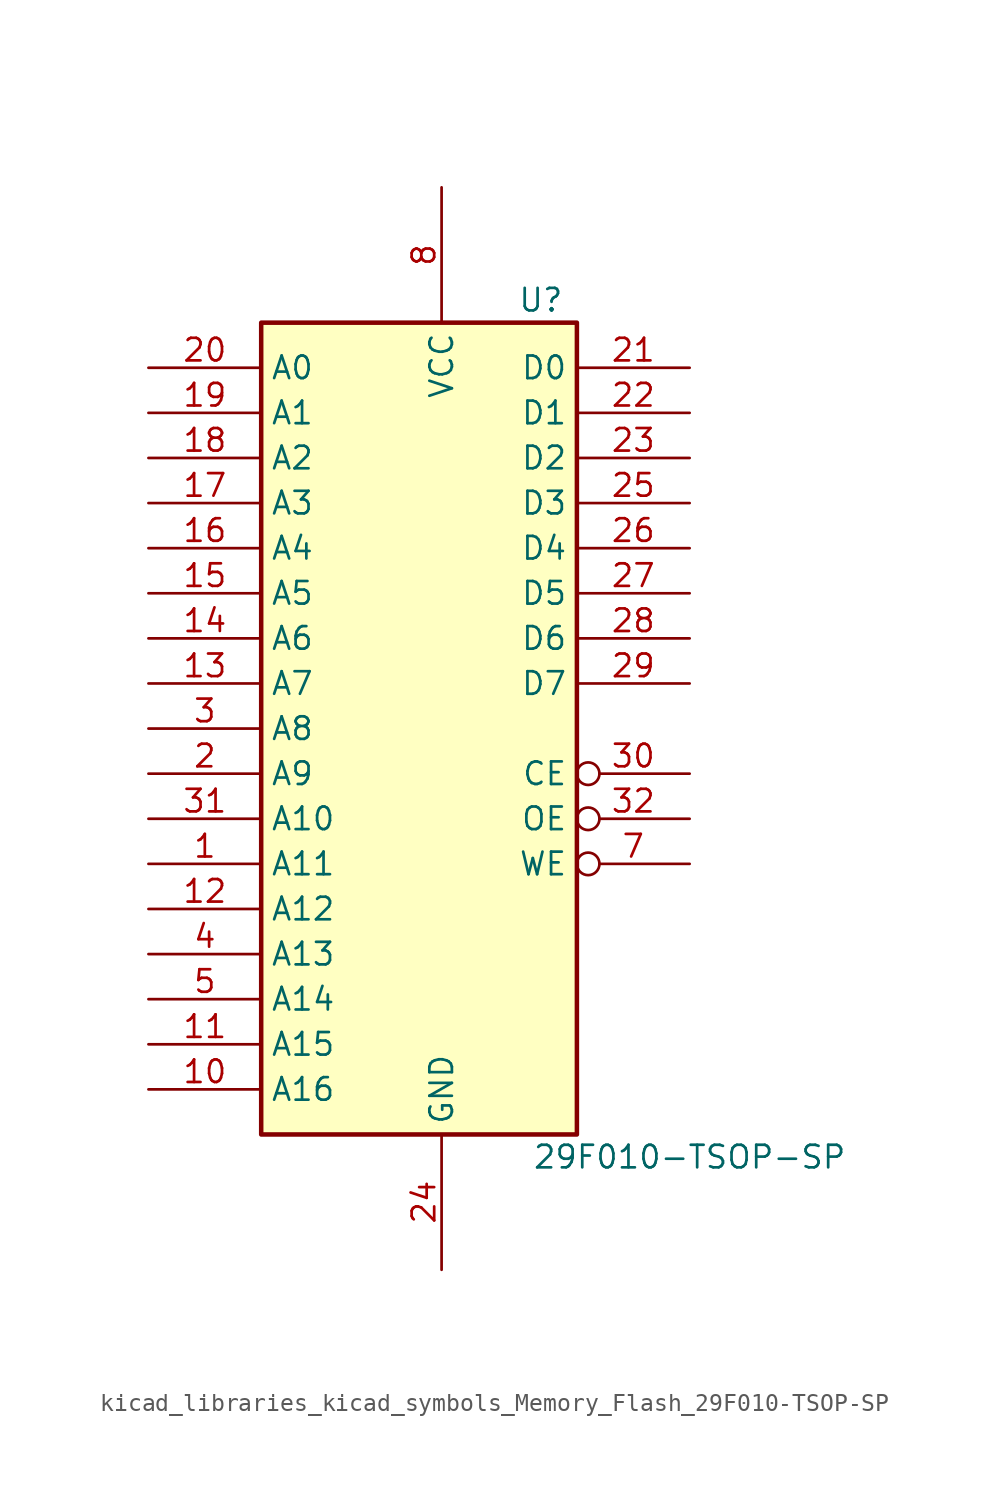
<source format=kicad_sym>
(kicad_symbol_lib
  (version 20220914)
  (generator kicad_symbol_editor)
  (symbol "kicad_libraries_kicad_symbols_Memory_Flash_29F010-TSOP-SP"
    (property "Reference" "U"
      (at 6.858 24.13 0)
      (effects (font (size 1.27 1.27))))
    (property "Value" "29F010-TSOP-SP"
      (at 15.24 -24.13 0)
      (effects (font (size 1.27 1.27))))
    (symbol "kicad_libraries_kicad_symbols_Memory_Flash_29F010-TSOP-SP_0_1"
      (rectangle (start -8.89 -22.86) (end 8.89 22.86) (stroke (width 0.254) (type default)) (fill (type background))))
    (symbol "kicad_libraries_kicad_symbols_Memory_Flash_29F010-TSOP-SP_1_1"
      (pin input line (at -15.24 -7.62 0) (length 6.35) (name "A11" (effects (font (size 1.27 1.27)))) (number "1" (effects (font (size 1.27 1.27)))))
      (pin input line (at -15.24 -20.32 0) (length 6.35) (name "A16" (effects (font (size 1.27 1.27)))) (number "10" (effects (font (size 1.27 1.27)))))
      (pin input line (at -15.24 -17.78 0) (length 6.35) (name "A15" (effects (font (size 1.27 1.27)))) (number "11" (effects (font (size 1.27 1.27)))))
      (pin input line (at -15.24 -10.16 0) (length 6.35) (name "A12" (effects (font (size 1.27 1.27)))) (number "12" (effects (font (size 1.27 1.27)))))
      (pin input line (at -15.24 2.54 0) (length 6.35) (name "A7" (effects (font (size 1.27 1.27)))) (number "13" (effects (font (size 1.27 1.27)))))
      (pin input line (at -15.24 5.08 0) (length 6.35) (name "A6" (effects (font (size 1.27 1.27)))) (number "14" (effects (font (size 1.27 1.27)))))
      (pin input line (at -15.24 7.62 0) (length 6.35) (name "A5" (effects (font (size 1.27 1.27)))) (number "15" (effects (font (size 1.27 1.27)))))
      (pin input line (at -15.24 10.16 0) (length 6.35) (name "A4" (effects (font (size 1.27 1.27)))) (number "16" (effects (font (size 1.27 1.27)))))
      (pin input line (at -15.24 12.7 0) (length 6.35) (name "A3" (effects (font (size 1.27 1.27)))) (number "17" (effects (font (size 1.27 1.27)))))
      (pin input line (at -15.24 15.24 0) (length 6.35) (name "A2" (effects (font (size 1.27 1.27)))) (number "18" (effects (font (size 1.27 1.27)))))
      (pin input line (at -15.24 17.78 0) (length 6.35) (name "A1" (effects (font (size 1.27 1.27)))) (number "19" (effects (font (size 1.27 1.27)))))
      (pin input line (at -15.24 -2.54 0) (length 6.35) (name "A9" (effects (font (size 1.27 1.27)))) (number "2" (effects (font (size 1.27 1.27)))))
      (pin input line (at -15.24 20.32 0) (length 6.35) (name "A0" (effects (font (size 1.27 1.27)))) (number "20" (effects (font (size 1.27 1.27)))))
      (pin tri_state line (at 15.24 20.32 180) (length 6.35) (name "D0" (effects (font (size 1.27 1.27)))) (number "21" (effects (font (size 1.27 1.27)))))
      (pin tri_state line (at 15.24 17.78 180) (length 6.35) (name "D1" (effects (font (size 1.27 1.27)))) (number "22" (effects (font (size 1.27 1.27)))))
      (pin tri_state line (at 15.24 15.24 180) (length 6.35) (name "D2" (effects (font (size 1.27 1.27)))) (number "23" (effects (font (size 1.27 1.27)))))
      (pin input line (at 1.27 -30.48 90) (length 7.62) (name "GND" (effects (font (size 1.27 1.27)))) (number "24" (effects (font (size 1.27 1.27)))))
      (pin tri_state line (at 15.24 12.7 180) (length 6.35) (name "D3" (effects (font (size 1.27 1.27)))) (number "25" (effects (font (size 1.27 1.27)))))
      (pin tri_state line (at 15.24 10.16 180) (length 6.35) (name "D4" (effects (font (size 1.27 1.27)))) (number "26" (effects (font (size 1.27 1.27)))))
      (pin tri_state line (at 15.24 7.62 180) (length 6.35) (name "D5" (effects (font (size 1.27 1.27)))) (number "27" (effects (font (size 1.27 1.27)))))
      (pin tri_state line (at 15.24 5.08 180) (length 6.35) (name "D6" (effects (font (size 1.27 1.27)))) (number "28" (effects (font (size 1.27 1.27)))))
      (pin tri_state line (at 15.24 2.54 180) (length 6.35) (name "D7" (effects (font (size 1.27 1.27)))) (number "29" (effects (font (size 1.27 1.27)))))
      (pin input line (at -15.24 0 0) (length 6.35) (name "A8" (effects (font (size 1.27 1.27)))) (number "3" (effects (font (size 1.27 1.27)))))
      (pin input inverted (at 15.24 -2.54 180) (length 6.35) (name "CE" (effects (font (size 1.27 1.27)))) (number "30" (effects (font (size 1.27 1.27)))))
      (pin input line (at -15.24 -5.08 0) (length 6.35) (name "A10" (effects (font (size 1.27 1.27)))) (number "31" (effects (font (size 1.27 1.27)))))
      (pin input inverted (at 15.24 -5.08 180) (length 6.35) (name "OE" (effects (font (size 1.27 1.27)))) (number "32" (effects (font (size 1.27 1.27)))))
      (pin input line (at -15.24 -12.7 0) (length 6.35) (name "A13" (effects (font (size 1.27 1.27)))) (number "4" (effects (font (size 1.27 1.27)))))
      (pin input line (at -15.24 -15.24 0) (length 6.35) (name "A14" (effects (font (size 1.27 1.27)))) (number "5" (effects (font (size 1.27 1.27)))))
      (pin input inverted (at 15.24 -7.62 180) (length 6.35) (name "WE" (effects (font (size 1.27 1.27)))) (number "7" (effects (font (size 1.27 1.27)))))
      (pin input line (at 1.27 30.48 270) (length 7.62) (name "VCC" (effects (font (size 1.27 1.27)))) (number "8" (effects (font (size 1.27 1.27))))))))
</source>
